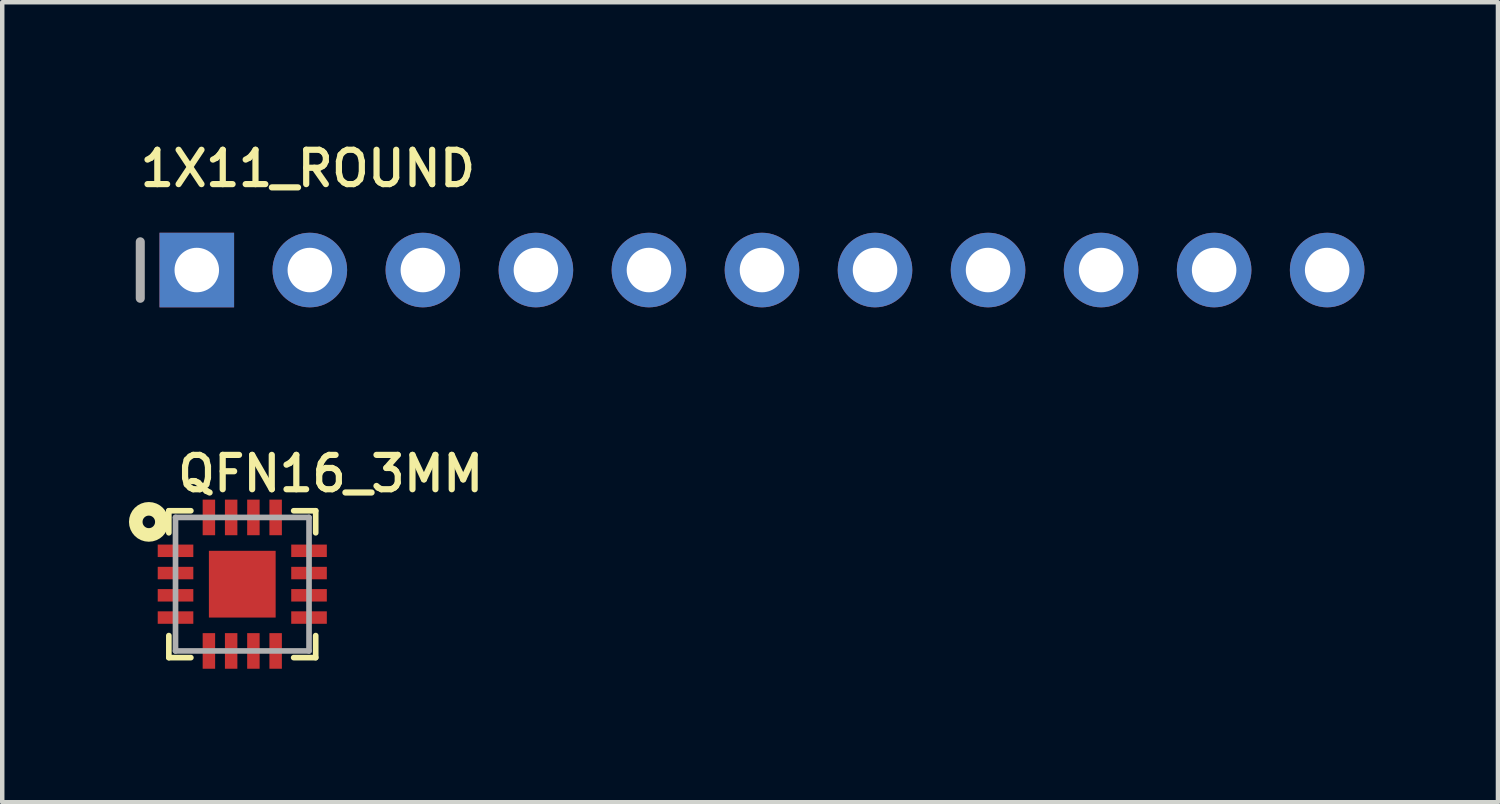
<source format=kicad_pcb>
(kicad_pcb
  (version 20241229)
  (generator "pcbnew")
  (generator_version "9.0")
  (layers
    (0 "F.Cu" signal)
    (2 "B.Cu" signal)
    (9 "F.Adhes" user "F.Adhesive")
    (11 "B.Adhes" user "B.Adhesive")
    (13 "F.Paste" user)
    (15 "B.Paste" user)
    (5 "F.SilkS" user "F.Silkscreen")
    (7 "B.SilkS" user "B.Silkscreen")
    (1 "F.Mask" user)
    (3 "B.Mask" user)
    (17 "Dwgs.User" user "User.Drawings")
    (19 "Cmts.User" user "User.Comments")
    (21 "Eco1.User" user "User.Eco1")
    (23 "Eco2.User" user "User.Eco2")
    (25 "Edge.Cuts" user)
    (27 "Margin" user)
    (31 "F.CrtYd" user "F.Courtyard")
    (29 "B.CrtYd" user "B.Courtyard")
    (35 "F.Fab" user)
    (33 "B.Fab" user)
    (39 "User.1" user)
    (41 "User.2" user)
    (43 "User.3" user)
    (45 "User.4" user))
  (footprint "1X11_ROUND"
    (layer "F.Cu")
    (at 14.072 3.018)
    (property "Reference" "1X11_ROUND" (at -14.046 -1.829 180) (layer "F.SilkS") (effects (font (size 0.772 0.772) (thickness 0.139)) (justify left bottom)))
    (attr through_hole)
    (fp_line (start -13.97 -0.635) (end -13.97 0.635) (stroke (width 0.203) (type solid)) (layer "F.Fab"))
    (fp_poly (pts (xy -12.954 0.254) (xy -12.446 0.254) (xy -12.446 -0.254) (xy -12.954 -0.254)) (stroke (width 0.1) (type solid)) (fill no) (layer "F.Fab"))
    (fp_poly (pts (xy -10.414 0.254) (xy -9.906 0.254) (xy -9.906 -0.254) (xy -10.414 -0.254)) (stroke (width 0.1) (type solid)) (fill no) (layer "F.Fab"))
    (fp_poly (pts (xy -7.874 0.254) (xy -7.366 0.254) (xy -7.366 -0.254) (xy -7.874 -0.254)) (stroke (width 0.1) (type solid)) (fill no) (layer "F.Fab"))
    (fp_poly (pts (xy -5.334 0.254) (xy -4.826 0.254) (xy -4.826 -0.254) (xy -5.334 -0.254)) (stroke (width 0.1) (type solid)) (fill no) (layer "F.Fab"))
    (fp_poly (pts (xy -2.794 0.254) (xy -2.286 0.254) (xy -2.286 -0.254) (xy -2.794 -0.254)) (stroke (width 0.1) (type solid)) (fill no) (layer "F.Fab"))
    (fp_poly (pts (xy -0.254 0.254) (xy 0.254 0.254) (xy 0.254 -0.254) (xy -0.254 -0.254)) (stroke (width 0.1) (type solid)) (fill no) (layer "F.Fab"))
    (fp_poly (pts (xy 2.286 0.254) (xy 2.794 0.254) (xy 2.794 -0.254) (xy 2.286 -0.254)) (stroke (width 0.1) (type solid)) (fill no) (layer "F.Fab"))
    (fp_poly (pts (xy 4.826 0.254) (xy 5.334 0.254) (xy 5.334 -0.254) (xy 4.826 -0.254)) (stroke (width 0.1) (type solid)) (fill no) (layer "F.Fab"))
    (fp_poly (pts (xy 7.366 0.254) (xy 7.874 0.254) (xy 7.874 -0.254) (xy 7.366 -0.254)) (stroke (width 0.1) (type solid)) (fill no) (layer "F.Fab"))
    (fp_poly (pts (xy 9.906 0.254) (xy 10.414 0.254) (xy 10.414 -0.254) (xy 9.906 -0.254)) (stroke (width 0.1) (type solid)) (fill no) (layer "F.Fab"))
    (fp_poly (pts (xy 12.446 0.254) (xy 12.954 0.254) (xy 12.954 -0.254) (xy 12.446 -0.254)) (stroke (width 0.1) (type solid)) (fill no) (layer "F.Fab"))
    (pad "1" thru_hole rect (at -12.7 0 90) (size 1.676 1.676) (drill 1) (layers "*.Cu" "*.Mask"))
    (pad "2" thru_hole circle (at -10.16 0 90) (size 1.676 1.676) (drill 1) (layers "*.Cu" "*.Mask"))
    (pad "3" thru_hole circle (at -7.62 0 90) (size 1.676 1.676) (drill 1) (layers "*.Cu" "*.Mask"))
    (pad "4" thru_hole circle (at -5.08 0 90) (size 1.676 1.676) (drill 1) (layers "*.Cu" "*.Mask"))
    (pad "5" thru_hole circle (at -2.54 0 90) (size 1.676 1.676) (drill 1) (layers "*.Cu" "*.Mask"))
    (pad "6" thru_hole circle (at 0 0 90) (size 1.676 1.676) (drill 1) (layers "*.Cu" "*.Mask"))
    (pad "7" thru_hole circle (at 2.54 0 90) (size 1.676 1.676) (drill 1) (layers "*.Cu" "*.Mask"))
    (pad "8" thru_hole circle (at 5.08 0 90) (size 1.676 1.676) (drill 1) (layers "*.Cu" "*.Mask"))
    (pad "9" thru_hole circle (at 7.62 0 90) (size 1.676 1.676) (drill 1) (layers "*.Cu" "*.Mask"))
    (pad "10" thru_hole circle (at 10.16 0 90) (size 1.676 1.676) (drill 1) (layers "*.Cu" "*.Mask"))
    (pad "11" thru_hole circle (at 12.7 0 90) (size 1.676 1.676) (drill 1) (layers "*.Cu" "*.Mask")))
  (footprint "QFN16_3MM"
    (layer "F.Cu")
    (at 2.394 10.077)
    (property "Reference" "QFN16_3MM" (at -1.524 -2.032 0) (layer "F.SilkS") (effects (font (size 0.772 0.772) (thickness 0.139)) (justify left bottom)))
    (attr through_hole)
    (fp_line (start -1.65 -1.65) (end -1.65 -1.155) (stroke (width 0.127) (type solid)) (layer "F.SilkS"))
    (fp_line (start -1.65 1.155) (end -1.65 1.65) (stroke (width 0.127) (type solid)) (layer "F.SilkS"))
    (fp_line (start -1.65 1.65) (end -1.155 1.65) (stroke (width 0.127) (type solid)) (layer "F.SilkS"))
    (fp_line (start -1.155 -1.65) (end -1.65 -1.65) (stroke (width 0.127) (type solid)) (layer "F.SilkS"))
    (fp_line (start 1.155 -1.65) (end 1.65 -1.65) (stroke (width 0.127) (type solid)) (layer "F.SilkS"))
    (fp_line (start 1.65 -1.65) (end 1.65 -1.155) (stroke (width 0.127) (type solid)) (layer "F.SilkS"))
    (fp_line (start 1.65 1.155) (end 1.65 1.65) (stroke (width 0.127) (type solid)) (layer "F.SilkS"))
    (fp_line (start 1.65 1.65) (end 1.155 1.65) (stroke (width 0.127) (type solid)) (layer "F.SilkS"))
    (fp_circle (center -2.1 -1.4) (end -1.959 -1.4) (stroke (width 0.305) (type solid)) (fill no) (layer "F.SilkS"))
    (fp_poly (pts (xy -0.508 -0.508) (xy 0.508 -0.508) (xy 0.508 0.508) (xy -0.508 0.508)) (stroke (width 0) (type solid)) (fill yes) (layer "F.Paste"))
    (fp_line (start -1.5 -1.5) (end 1.5 -1.5) (stroke (width 0.127) (type solid)) (layer "F.Fab"))
    (fp_line (start -1.5 1.5) (end -1.5 -1.5) (stroke (width 0.127) (type solid)) (layer "F.Fab"))
    (fp_line (start 1.5 -1.5) (end 1.5 1.5) (stroke (width 0.127) (type solid)) (layer "F.Fab"))
    (fp_line (start 1.5 1.5) (end -1.5 1.5) (stroke (width 0.127) (type solid)) (layer "F.Fab"))
    (pad "P$1" smd rect (at -1.5 -0.75) (size 0.8 0.28) (layers "F.Cu" "F.Mask" "F.Paste"))
    (pad "P$2" smd rect (at -1.5 -0.25) (size 0.8 0.28) (layers "F.Cu" "F.Mask" "F.Paste"))
    (pad "P$3" smd rect (at -1.5 0.25) (size 0.8 0.28) (layers "F.Cu" "F.Mask" "F.Paste"))
    (pad "P$4" smd rect (at -1.5 0.75) (size 0.8 0.28) (layers "F.Cu" "F.Mask" "F.Paste"))
    (pad "P$5" smd rect (at -0.75 1.5 90) (size 0.8 0.28) (layers "F.Cu" "F.Mask" "F.Paste"))
    (pad "P$6" smd rect (at -0.25 1.5 90) (size 0.8 0.28) (layers "F.Cu" "F.Mask" "F.Paste"))
    (pad "P$7" smd rect (at 0.25 1.5 90) (size 0.8 0.28) (layers "F.Cu" "F.Mask" "F.Paste"))
    (pad "P$8" smd rect (at 0.75 1.5 90) (size 0.8 0.28) (layers "F.Cu" "F.Mask" "F.Paste"))
    (pad "P$9" smd rect (at 1.5 0.75 180) (size 0.8 0.28) (layers "F.Cu" "F.Mask" "F.Paste"))
    (pad "P$10" smd rect (at 1.5 0.25 180) (size 0.8 0.28) (layers "F.Cu" "F.Mask" "F.Paste"))
    (pad "P$11" smd rect (at 1.5 -0.25 180) (size 0.8 0.28) (layers "F.Cu" "F.Mask" "F.Paste"))
    (pad "P$12" smd rect (at 1.5 -0.75 180) (size 0.8 0.28) (layers "F.Cu" "F.Mask" "F.Paste"))
    (pad "P$13" smd rect (at 0.75 -1.5 270) (size 0.8 0.28) (layers "F.Cu" "F.Mask" "F.Paste"))
    (pad "P$14" smd rect (at 0.25 -1.5 270) (size 0.8 0.28) (layers "F.Cu" "F.Mask" "F.Paste"))
    (pad "P$15" smd rect (at -0.25 -1.5 270) (size 0.8 0.28) (layers "F.Cu" "F.Mask" "F.Paste"))
    (pad "P$16" smd rect (at -0.75 -1.5 270) (size 0.8 0.28) (layers "F.Cu" "F.Mask" "F.Paste"))
    (pad "THERMAL" smd rect (at 0 0) (size 1.5 1.5) (layers "F.Cu" "F.Mask")))
  (gr_rect
    (start -3 -3)
    (end 30.61 14.977)
    (stroke (width 0.1) (type default))
    (fill no)
    (layer "Edge.Cuts")))
</source>
